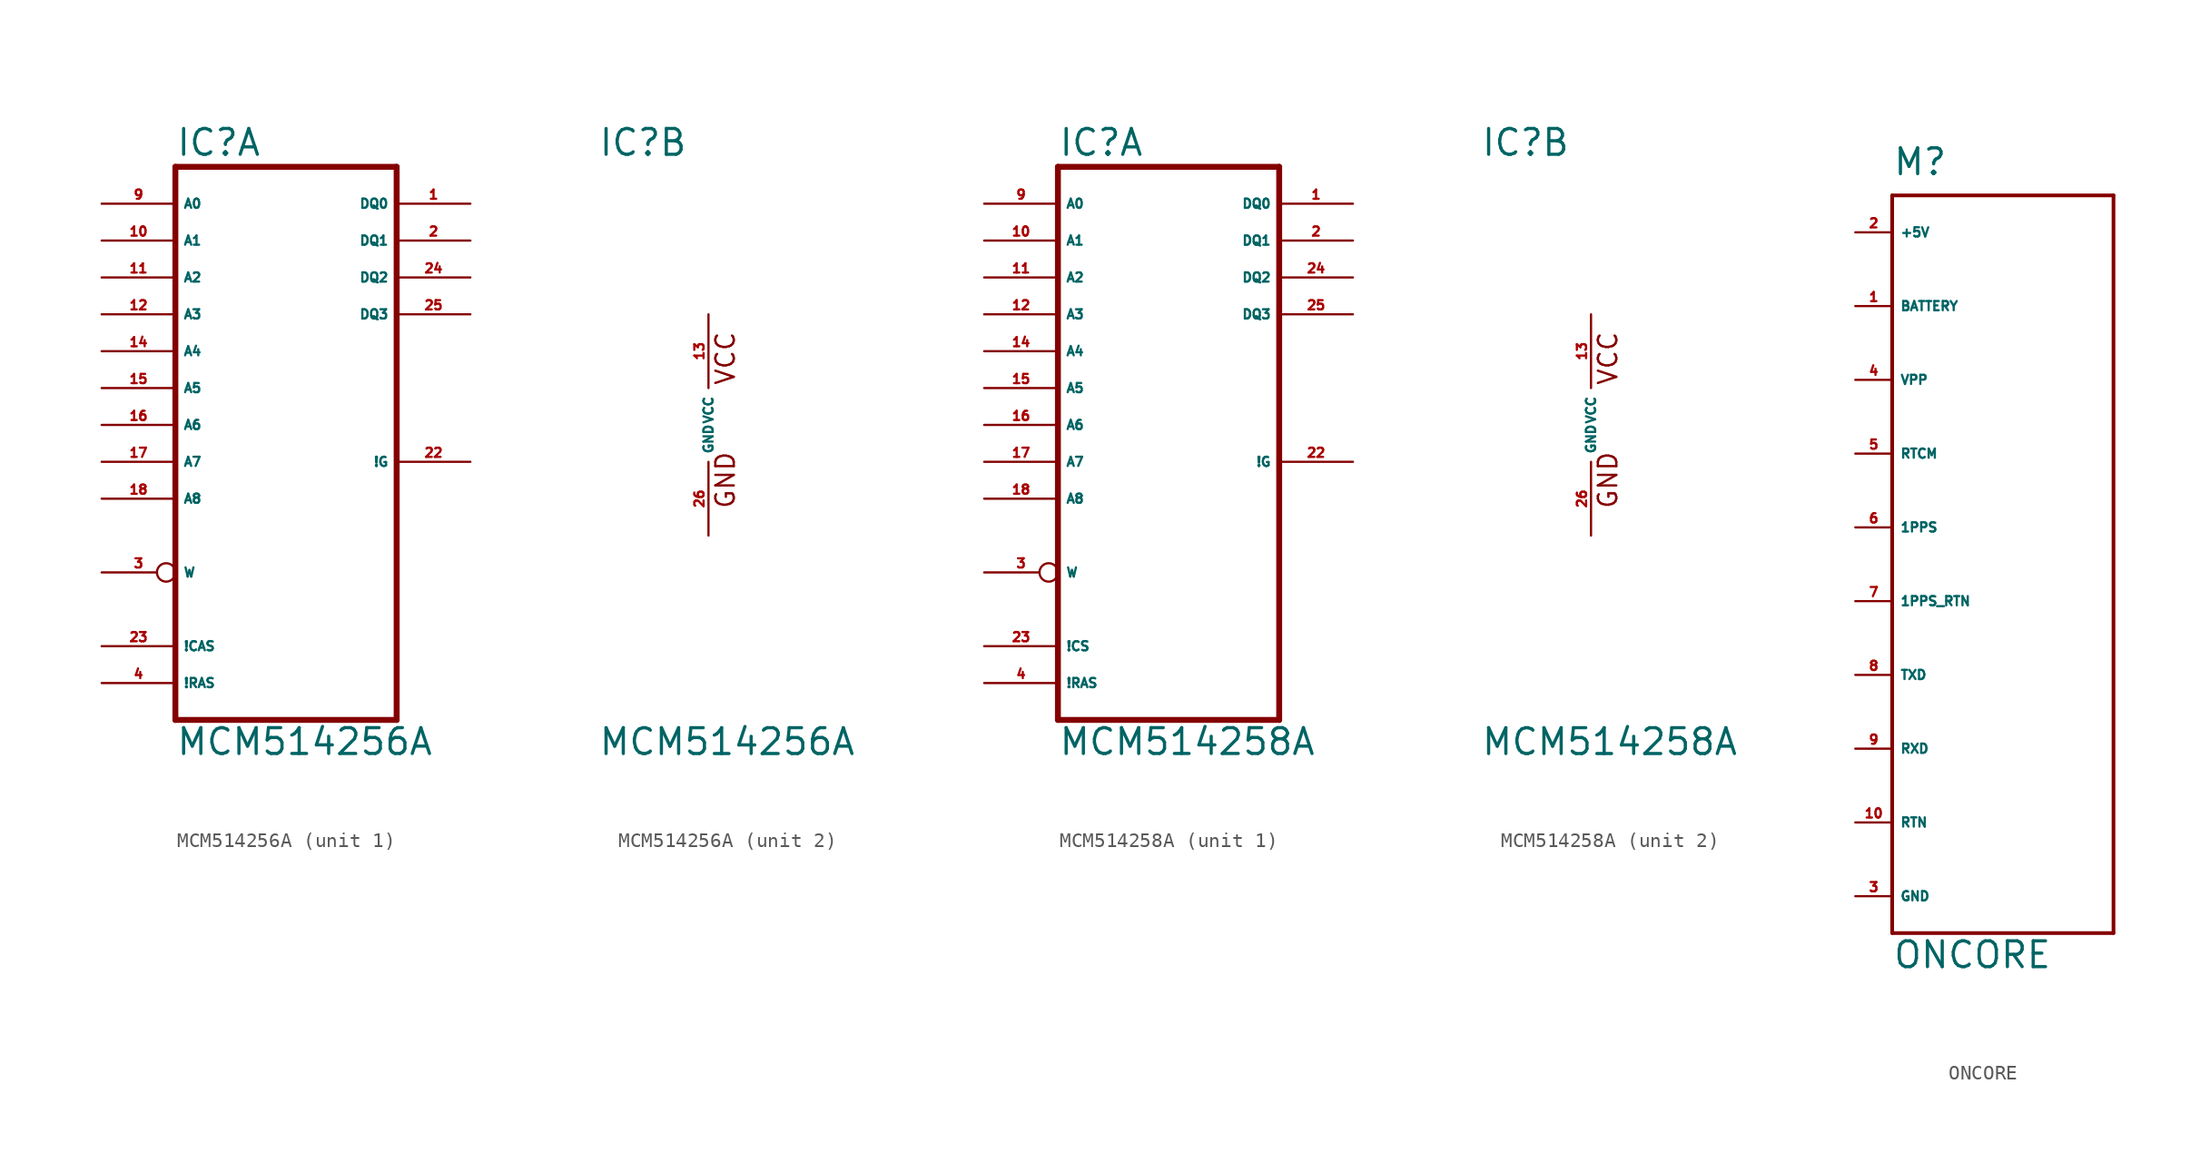
<source format=kicad_sym>
(kicad_symbol_lib
  (version 20220914)
  (generator Eagle2Kicad)
  (symbol "MCM514256A"
    (property "Reference" "IC"
      (at -7.62 18.415 0)
      (effects (font (size 1.778 1.778) (thickness 0.22)) (justify left bottom)))
    (property "Value" "MCM514256A"
      (at -7.62 -22.86 0)
      (effects (font (size 1.778 1.778) (thickness 0.22)) (justify left bottom)))
    (symbol "MCM514256A_1_0"
      (polyline (pts (xy -7.62 17.78) (xy -7.62 -20.32)) (stroke (width 0.406) (type default)) (fill (type none)))
      (polyline (pts (xy 7.62 -20.32) (xy -7.62 -20.32)) (stroke (width 0.406) (type default)) (fill (type none)))
      (polyline (pts (xy 7.62 -20.32) (xy 7.62 17.78)) (stroke (width 0.406) (type default)) (fill (type none)))
      (polyline (pts (xy -7.62 17.78) (xy 7.62 17.78)) (stroke (width 0.406) (type default)) (fill (type none)))
      (pin input line (at -12.7 15.24 0) (length 5.08) (name "A0" (effects (font (size 0.635 0.635) (thickness 0.08)) (justify left bottom))) (number "9" (effects (font (size 0.635 0.635) (thickness 0.08)) (justify left bottom))))
      (pin input line (at -12.7 12.7 0) (length 5.08) (name "A1" (effects (font (size 0.635 0.635) (thickness 0.08)) (justify left bottom))) (number "10" (effects (font (size 0.635 0.635) (thickness 0.08)) (justify left bottom))))
      (pin input line (at -12.7 10.16 0) (length 5.08) (name "A2" (effects (font (size 0.635 0.635) (thickness 0.08)) (justify left bottom))) (number "11" (effects (font (size 0.635 0.635) (thickness 0.08)) (justify left bottom))))
      (pin input line (at -12.7 7.62 0) (length 5.08) (name "A3" (effects (font (size 0.635 0.635) (thickness 0.08)) (justify left bottom))) (number "12" (effects (font (size 0.635 0.635) (thickness 0.08)) (justify left bottom))))
      (pin input line (at -12.7 5.08 0) (length 5.08) (name "A4" (effects (font (size 0.635 0.635) (thickness 0.08)) (justify left bottom))) (number "14" (effects (font (size 0.635 0.635) (thickness 0.08)) (justify left bottom))))
      (pin input line (at -12.7 2.54 0) (length 5.08) (name "A5" (effects (font (size 0.635 0.635) (thickness 0.08)) (justify left bottom))) (number "15" (effects (font (size 0.635 0.635) (thickness 0.08)) (justify left bottom))))
      (pin input line (at -12.7 0 0) (length 5.08) (name "A6" (effects (font (size 0.635 0.635) (thickness 0.08)) (justify left bottom))) (number "16" (effects (font (size 0.635 0.635) (thickness 0.08)) (justify left bottom))))
      (pin input line (at -12.7 -2.54 0) (length 5.08) (name "A7" (effects (font (size 0.635 0.635) (thickness 0.08)) (justify left bottom))) (number "17" (effects (font (size 0.635 0.635) (thickness 0.08)) (justify left bottom))))
      (pin input line (at -12.7 -5.08 0) (length 5.08) (name "A8" (effects (font (size 0.635 0.635) (thickness 0.08)) (justify left bottom))) (number "18" (effects (font (size 0.635 0.635) (thickness 0.08)) (justify left bottom))))
      (pin input inverted (at -12.7 -10.16 0) (length 5.08) (name "W" (effects (font (size 0.635 0.635) (thickness 0.08)) (justify left bottom))) (number "3" (effects (font (size 0.635 0.635) (thickness 0.08)) (justify left bottom))))
      (pin input line (at -12.7 -15.24 0) (length 5.08) (name "!CAS" (effects (font (size 0.635 0.635) (thickness 0.08)) (justify left bottom))) (number "23" (effects (font (size 0.635 0.635) (thickness 0.08)) (justify left bottom))))
      (pin input line (at -12.7 -17.78 0) (length 5.08) (name "!RAS" (effects (font (size 0.635 0.635) (thickness 0.08)) (justify left bottom))) (number "4" (effects (font (size 0.635 0.635) (thickness 0.08)) (justify left bottom))))
      (pin bidirectional line (at 12.7 15.24 180) (length 5.08) (name "DQ0" (effects (font (size 0.635 0.635) (thickness 0.08)) (justify left bottom))) (number "1" (effects (font (size 0.635 0.635) (thickness 0.08)) (justify left bottom))))
      (pin input line (at 12.7 -2.54 180) (length 5.08) (name "!G" (effects (font (size 0.635 0.635) (thickness 0.08)) (justify left bottom))) (number "22" (effects (font (size 0.635 0.635) (thickness 0.08)) (justify left bottom))))
      (pin bidirectional line (at 12.7 12.7 180) (length 5.08) (name "DQ1" (effects (font (size 0.635 0.635) (thickness 0.08)) (justify left bottom))) (number "2" (effects (font (size 0.635 0.635) (thickness 0.08)) (justify left bottom))))
      (pin bidirectional line (at 12.7 10.16 180) (length 5.08) (name "DQ2" (effects (font (size 0.635 0.635) (thickness 0.08)) (justify left bottom))) (number "24" (effects (font (size 0.635 0.635) (thickness 0.08)) (justify left bottom))))
      (pin bidirectional line (at 12.7 7.62 180) (length 5.08) (name "DQ3" (effects (font (size 0.635 0.635) (thickness 0.08)) (justify left bottom))) (number "25" (effects (font (size 0.635 0.635) (thickness 0.08)) (justify left bottom)))))
    (symbol "MCM514256A_2_0"
      (text "GND" (at 1.905 -5.842 900) (effects (font (size 1.27 1.27) (thickness 0.16)) (justify left bottom)))
      (text "VCC" (at 1.905 2.667 900) (effects (font (size 1.27 1.27) (thickness 0.16)) (justify left bottom)))
      (pin unspecified line (at 0 -7.62 90) (length 5.08) (name "GND" (effects (font (size 0.635 0.635) (thickness 0.08)) (justify left bottom))) (number "26" (effects (font (size 0.635 0.635) (thickness 0.08)) (justify left bottom))))
      (pin unspecified line (at 0 7.62 270) (length 5.08) (name "VCC" (effects (font (size 0.635 0.635) (thickness 0.08)) (justify left bottom))) (number "13" (effects (font (size 0.635 0.635) (thickness 0.08)) (justify left bottom))))))
  (symbol "MCM514258A"
    (property "Reference" "IC"
      (at -7.62 18.415 0)
      (effects (font (size 1.778 1.778) (thickness 0.22)) (justify left bottom)))
    (property "Value" "MCM514258A"
      (at -7.62 -22.86 0)
      (effects (font (size 1.778 1.778) (thickness 0.22)) (justify left bottom)))
    (symbol "MCM514258A_1_0"
      (polyline (pts (xy -7.62 17.78) (xy -7.62 -20.32)) (stroke (width 0.406) (type default)) (fill (type none)))
      (polyline (pts (xy 7.62 -20.32) (xy -7.62 -20.32)) (stroke (width 0.406) (type default)) (fill (type none)))
      (polyline (pts (xy 7.62 -20.32) (xy 7.62 17.78)) (stroke (width 0.406) (type default)) (fill (type none)))
      (polyline (pts (xy -7.62 17.78) (xy 7.62 17.78)) (stroke (width 0.406) (type default)) (fill (type none)))
      (pin input line (at -12.7 15.24 0) (length 5.08) (name "A0" (effects (font (size 0.635 0.635) (thickness 0.08)) (justify left bottom))) (number "9" (effects (font (size 0.635 0.635) (thickness 0.08)) (justify left bottom))))
      (pin input line (at -12.7 12.7 0) (length 5.08) (name "A1" (effects (font (size 0.635 0.635) (thickness 0.08)) (justify left bottom))) (number "10" (effects (font (size 0.635 0.635) (thickness 0.08)) (justify left bottom))))
      (pin input line (at -12.7 10.16 0) (length 5.08) (name "A2" (effects (font (size 0.635 0.635) (thickness 0.08)) (justify left bottom))) (number "11" (effects (font (size 0.635 0.635) (thickness 0.08)) (justify left bottom))))
      (pin input line (at -12.7 7.62 0) (length 5.08) (name "A3" (effects (font (size 0.635 0.635) (thickness 0.08)) (justify left bottom))) (number "12" (effects (font (size 0.635 0.635) (thickness 0.08)) (justify left bottom))))
      (pin input line (at -12.7 5.08 0) (length 5.08) (name "A4" (effects (font (size 0.635 0.635) (thickness 0.08)) (justify left bottom))) (number "14" (effects (font (size 0.635 0.635) (thickness 0.08)) (justify left bottom))))
      (pin input line (at -12.7 2.54 0) (length 5.08) (name "A5" (effects (font (size 0.635 0.635) (thickness 0.08)) (justify left bottom))) (number "15" (effects (font (size 0.635 0.635) (thickness 0.08)) (justify left bottom))))
      (pin input line (at -12.7 0 0) (length 5.08) (name "A6" (effects (font (size 0.635 0.635) (thickness 0.08)) (justify left bottom))) (number "16" (effects (font (size 0.635 0.635) (thickness 0.08)) (justify left bottom))))
      (pin input line (at -12.7 -2.54 0) (length 5.08) (name "A7" (effects (font (size 0.635 0.635) (thickness 0.08)) (justify left bottom))) (number "17" (effects (font (size 0.635 0.635) (thickness 0.08)) (justify left bottom))))
      (pin input line (at -12.7 -5.08 0) (length 5.08) (name "A8" (effects (font (size 0.635 0.635) (thickness 0.08)) (justify left bottom))) (number "18" (effects (font (size 0.635 0.635) (thickness 0.08)) (justify left bottom))))
      (pin input inverted (at -12.7 -10.16 0) (length 5.08) (name "W" (effects (font (size 0.635 0.635) (thickness 0.08)) (justify left bottom))) (number "3" (effects (font (size 0.635 0.635) (thickness 0.08)) (justify left bottom))))
      (pin input line (at -12.7 -15.24 0) (length 5.08) (name "!CS" (effects (font (size 0.635 0.635) (thickness 0.08)) (justify left bottom))) (number "23" (effects (font (size 0.635 0.635) (thickness 0.08)) (justify left bottom))))
      (pin input line (at -12.7 -17.78 0) (length 5.08) (name "!RAS" (effects (font (size 0.635 0.635) (thickness 0.08)) (justify left bottom))) (number "4" (effects (font (size 0.635 0.635) (thickness 0.08)) (justify left bottom))))
      (pin bidirectional line (at 12.7 15.24 180) (length 5.08) (name "DQ0" (effects (font (size 0.635 0.635) (thickness 0.08)) (justify left bottom))) (number "1" (effects (font (size 0.635 0.635) (thickness 0.08)) (justify left bottom))))
      (pin input line (at 12.7 -2.54 180) (length 5.08) (name "!G" (effects (font (size 0.635 0.635) (thickness 0.08)) (justify left bottom))) (number "22" (effects (font (size 0.635 0.635) (thickness 0.08)) (justify left bottom))))
      (pin bidirectional line (at 12.7 12.7 180) (length 5.08) (name "DQ1" (effects (font (size 0.635 0.635) (thickness 0.08)) (justify left bottom))) (number "2" (effects (font (size 0.635 0.635) (thickness 0.08)) (justify left bottom))))
      (pin bidirectional line (at 12.7 10.16 180) (length 5.08) (name "DQ2" (effects (font (size 0.635 0.635) (thickness 0.08)) (justify left bottom))) (number "24" (effects (font (size 0.635 0.635) (thickness 0.08)) (justify left bottom))))
      (pin bidirectional line (at 12.7 7.62 180) (length 5.08) (name "DQ3" (effects (font (size 0.635 0.635) (thickness 0.08)) (justify left bottom))) (number "25" (effects (font (size 0.635 0.635) (thickness 0.08)) (justify left bottom)))))
    (symbol "MCM514258A_2_0"
      (text "GND" (at 1.905 -5.842 900) (effects (font (size 1.27 1.27) (thickness 0.16)) (justify left bottom)))
      (text "VCC" (at 1.905 2.667 900) (effects (font (size 1.27 1.27) (thickness 0.16)) (justify left bottom)))
      (pin unspecified line (at 0 -7.62 90) (length 5.08) (name "GND" (effects (font (size 0.635 0.635) (thickness 0.08)) (justify left bottom))) (number "26" (effects (font (size 0.635 0.635) (thickness 0.08)) (justify left bottom))))
      (pin unspecified line (at 0 7.62 270) (length 5.08) (name "VCC" (effects (font (size 0.635 0.635) (thickness 0.08)) (justify left bottom))) (number "13" (effects (font (size 0.635 0.635) (thickness 0.08)) (justify left bottom))))))
  (symbol "ONCORE"
    (property "Reference" "M"
      (at -7.62 26.67 0)
      (effects (font (size 1.778 1.778) (thickness 0.22)) (justify left bottom)))
    (property "Value" "ONCORE"
      (at -7.62 -27.94 0)
      (effects (font (size 1.778 1.778) (thickness 0.22)) (justify left bottom)))
    (polyline
      (pts (xy -7.62 25.4) (xy -7.62 -25.4))
      (stroke (width 0.254) (type default))
      (fill (type none)))
    (polyline
      (pts (xy -7.62 -25.4) (xy 7.62 -25.4))
      (stroke (width 0.254) (type default))
      (fill (type none)))
    (polyline
      (pts (xy 7.62 -25.4) (xy 7.62 25.4))
      (stroke (width 0.254) (type default))
      (fill (type none)))
    (polyline
      (pts (xy 7.62 25.4) (xy -7.62 25.4))
      (stroke (width 0.254) (type default))
      (fill (type none)))
    (pin input line
      (at -10.16 17.78 0)
      (length 2.54)
      (name "BATTERY" (effects (font (size 0.635 0.635) (thickness 0.08)) (justify left bottom)))
      (number "1" (effects (font (size 0.635 0.635) (thickness 0.08)) (justify left bottom))))
    (pin unspecified line
      (at -10.16 22.86 0)
      (length 2.54)
      (name "+5V" (effects (font (size 0.635 0.635) (thickness 0.08)) (justify left bottom)))
      (number "2" (effects (font (size 0.635 0.635) (thickness 0.08)) (justify left bottom))))
    (pin unspecified line
      (at -10.16 -22.86 0)
      (length 2.54)
      (name "GND" (effects (font (size 0.635 0.635) (thickness 0.08)) (justify left bottom)))
      (number "3" (effects (font (size 0.635 0.635) (thickness 0.08)) (justify left bottom))))
    (pin input line
      (at -10.16 12.7 0)
      (length 2.54)
      (name "VPP" (effects (font (size 0.635 0.635) (thickness 0.08)) (justify left bottom)))
      (number "4" (effects (font (size 0.635 0.635) (thickness 0.08)) (justify left bottom))))
    (pin input line
      (at -10.16 7.62 0)
      (length 2.54)
      (name "RTCM" (effects (font (size 0.635 0.635) (thickness 0.08)) (justify left bottom)))
      (number "5" (effects (font (size 0.635 0.635) (thickness 0.08)) (justify left bottom))))
    (pin input line
      (at -10.16 2.54 0)
      (length 2.54)
      (name "1PPS" (effects (font (size 0.635 0.635) (thickness 0.08)) (justify left bottom)))
      (number "6" (effects (font (size 0.635 0.635) (thickness 0.08)) (justify left bottom))))
    (pin output line
      (at -10.16 -2.54 0)
      (length 2.54)
      (name "1PPS_RTN" (effects (font (size 0.635 0.635) (thickness 0.08)) (justify left bottom)))
      (number "7" (effects (font (size 0.635 0.635) (thickness 0.08)) (justify left bottom))))
    (pin output line
      (at -10.16 -7.62 0)
      (length 2.54)
      (name "TXD" (effects (font (size 0.635 0.635) (thickness 0.08)) (justify left bottom)))
      (number "8" (effects (font (size 0.635 0.635) (thickness 0.08)) (justify left bottom))))
    (pin input line
      (at -10.16 -12.7 0)
      (length 2.54)
      (name "RXD" (effects (font (size 0.635 0.635) (thickness 0.08)) (justify left bottom)))
      (number "9" (effects (font (size 0.635 0.635) (thickness 0.08)) (justify left bottom))))
    (pin output line
      (at -10.16 -17.78 0)
      (length 2.54)
      (name "RTN" (effects (font (size 0.635 0.635) (thickness 0.08)) (justify left bottom)))
      (number "10" (effects (font (size 0.635 0.635) (thickness 0.08)) (justify left bottom))))))
</source>
